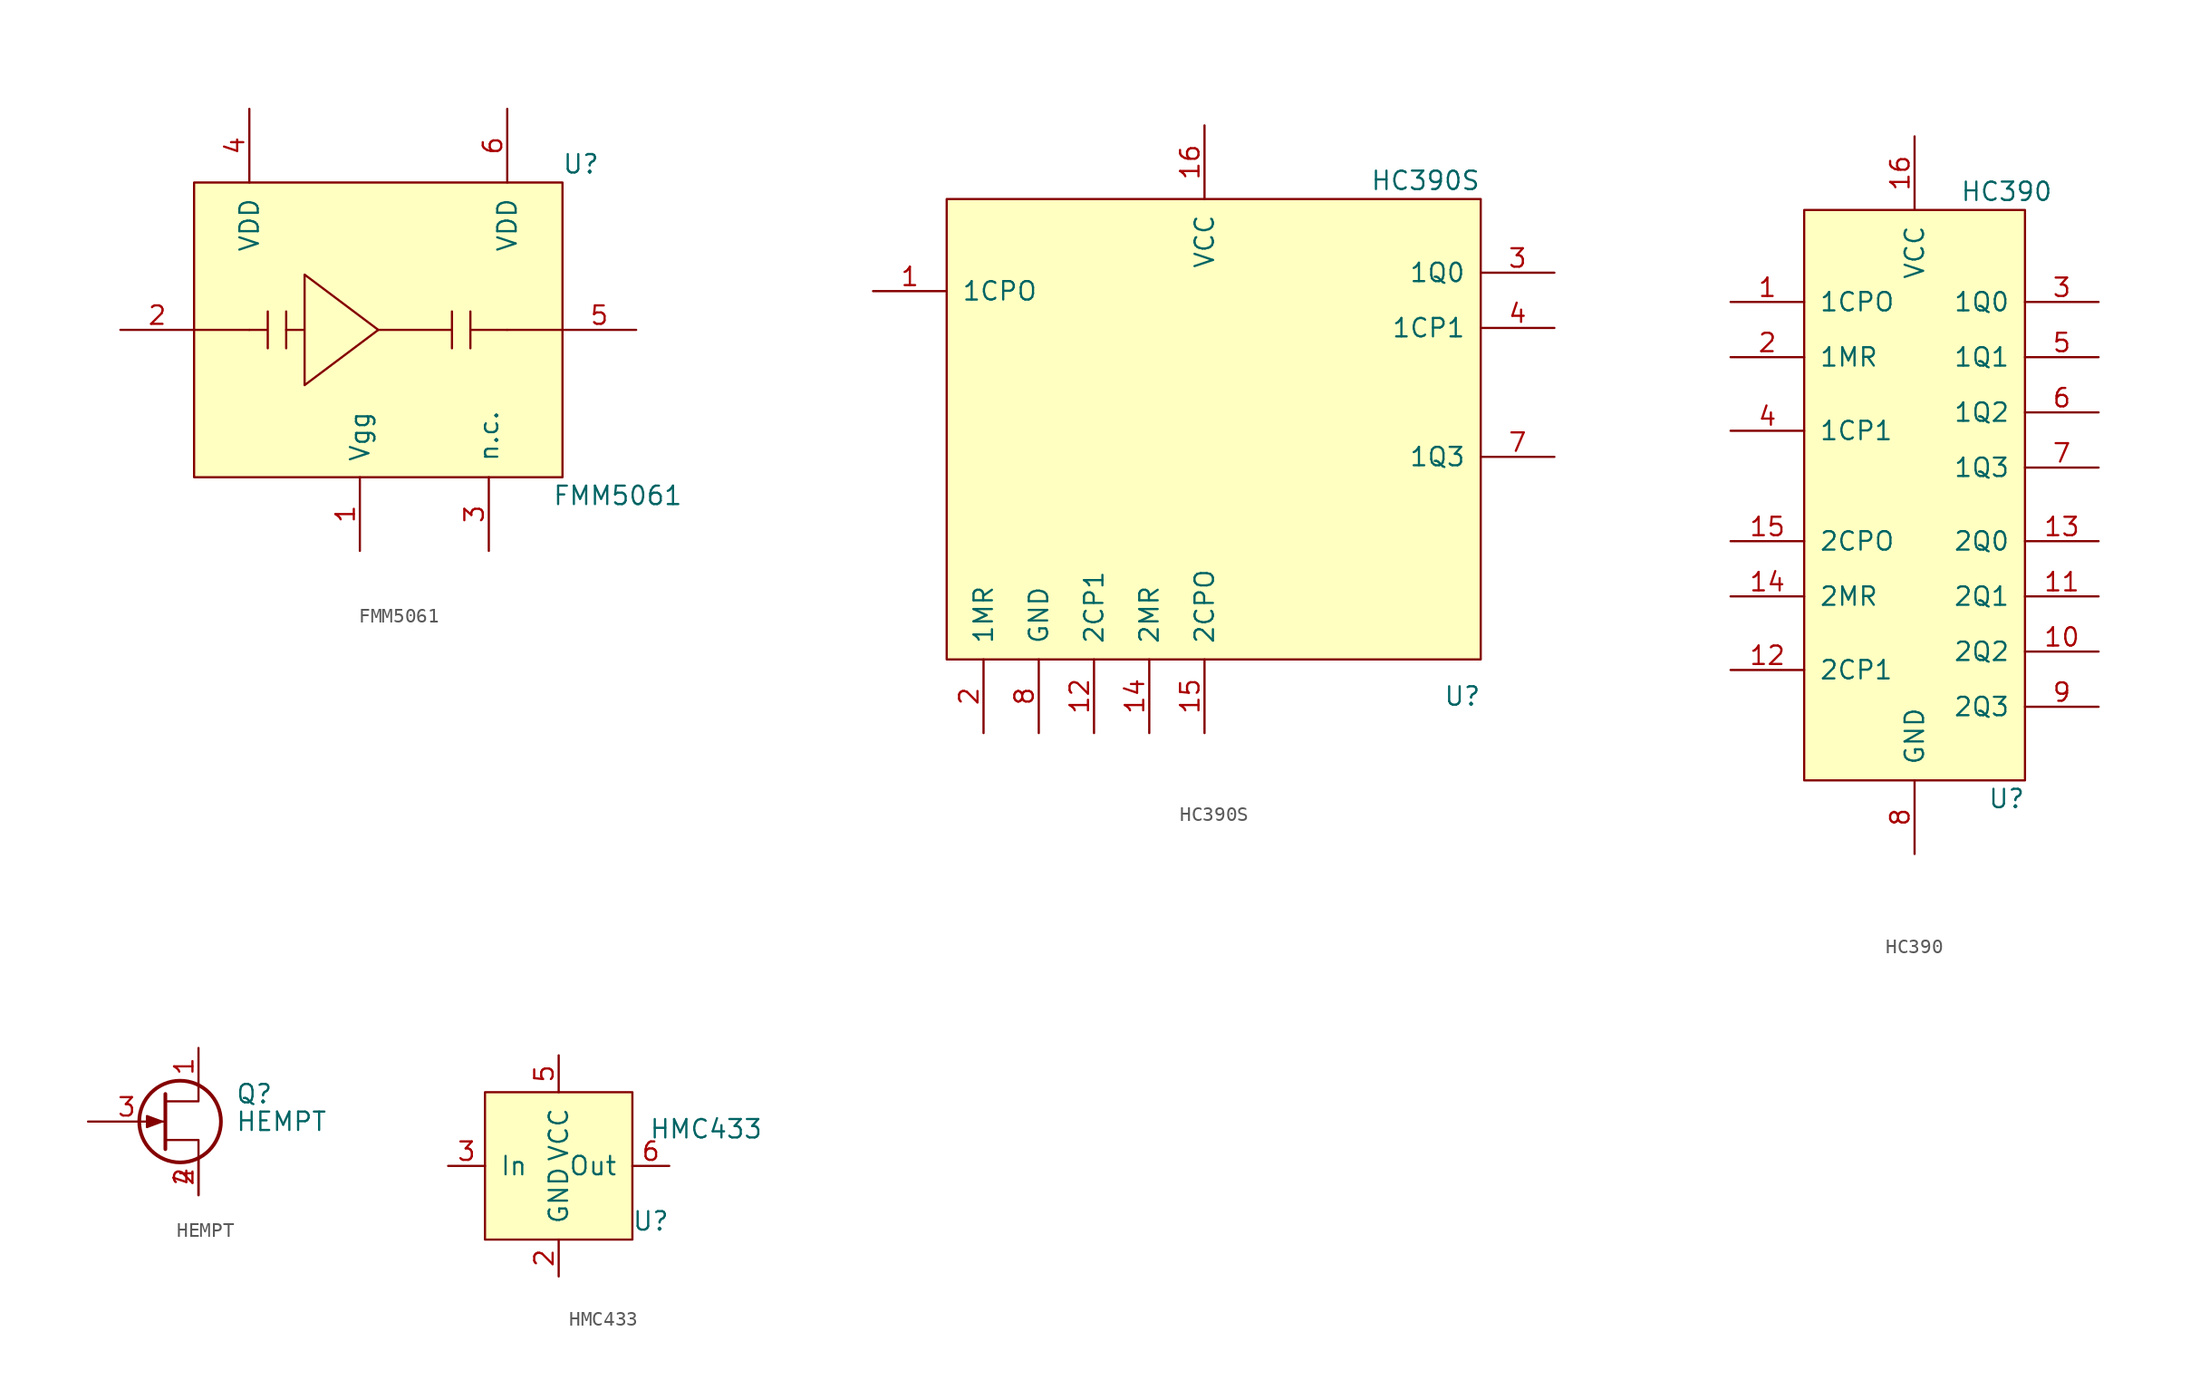
<source format=kicad_sym>
(kicad_symbol_lib
  (version 20211014)
  (generator kicad_symbol_editor)
  (symbol "FMM5061"
    (pin_names
      (offset 1.016))
    (property "Reference" "U"
      (at 13.97 11.43 0)
      (effects (font (size 1.27 1.27))))
    (property "Value" "FMM5061"
      (at 16.51 -11.43 0)
      (effects (font (size 1.27 1.27))))
    (symbol "FMM5061_0_1"
      (rectangle (start -12.7 10.16) (end 12.7 -10.16) (stroke (width 0) (type default) (color 0 0 0 0)) (fill (type background)))
      (polyline (pts (xy -8.89 0) (xy -12.7 0)) (stroke (width 0) (type default) (color 0 0 0 0)) (fill (type none)))
      (polyline (pts (xy -6.35 1.27) (xy -6.35 -1.27)) (stroke (width 0) (type default) (color 0 0 0 0)) (fill (type none)))
      (polyline (pts (xy 8.89 0) (xy 12.7 0)) (stroke (width 0) (type default) (color 0 0 0 0)) (fill (type none)))
      (polyline (pts (xy -8.89 0) (xy -7.62 0) (xy -7.62 1.27) (xy -7.62 -1.27)) (stroke (width 0) (type default) (color 0 0 0 0)) (fill (type none)))
      (polyline (pts (xy 0 0) (xy 5.08 0) (xy 5.08 1.27) (xy 5.08 -1.27)) (stroke (width 0) (type default) (color 0 0 0 0)) (fill (type none)))
      (polyline (pts (xy 6.35 1.27) (xy 6.35 -1.27) (xy 6.35 0) (xy 8.89 0)) (stroke (width 0) (type default) (color 0 0 0 0)) (fill (type none)))
      (polyline (pts (xy -6.35 0) (xy -5.08 0) (xy -5.08 3.81) (xy 0 0) (xy -5.08 -3.81) (xy -5.08 0)) (stroke (width 0) (type default) (color 0 0 0 0)) (fill (type none))))
    (symbol "FMM5061_1_1"
      (pin input line (at -1.27 -15.24 90) (length 5.08) (name "Vgg" (effects (font (size 1.27 1.27)))) (number "1" (effects (font (size 1.27 1.27)))))
      (pin input line (at -17.78 0 0) (length 5.08) (name "~" (effects (font (size 1.27 1.27)))) (number "2" (effects (font (size 1.27 1.27)))))
      (pin input line (at 7.62 -15.24 90) (length 5.08) (name "n.c." (effects (font (size 1.27 1.27)))) (number "3" (effects (font (size 1.27 1.27)))))
      (pin input line (at -8.89 15.24 270) (length 5.08) (name "VDD" (effects (font (size 1.27 1.27)))) (number "4" (effects (font (size 1.27 1.27)))))
      (pin input line (at 17.78 0 180) (length 5.08) (name "~" (effects (font (size 1.27 1.27)))) (number "5" (effects (font (size 1.27 1.27)))))
      (pin input line (at 8.89 15.24 270) (length 5.08) (name "VDD" (effects (font (size 1.27 1.27)))) (number "6" (effects (font (size 1.27 1.27)))))))
  (symbol "HC390S"
    (pin_names
      (offset 1.016))
    (property "Reference" "U"
      (at 17.78 -20.32 0)
      (effects (font (size 1.27 1.27))))
    (property "Value" "HC390S"
      (at 15.24 15.24 0)
      (effects (font (size 1.27 1.27))))
    (symbol "HC390S_0_1"
      (rectangle (start -17.78 13.97) (end 19.05 -17.78) (stroke (width 0) (type default) (color 0 0 0 0)) (fill (type background))))
    (symbol "HC390S_1_1"
      (pin input line (at -22.86 7.62 0) (length 5.08) (name "1CPO" (effects (font (size 1.27 1.27)))) (number "1" (effects (font (size 1.27 1.27)))))
      (pin input line (at 7.62 -17.78 90) (length 0) hide (name "2Q2" (effects (font (size 1.27 1.27)))) (number "10" (effects (font (size 1.27 1.27)))))
      (pin input line (at 11.43 -17.78 90) (length 0) hide (name "2Q1" (effects (font (size 1.27 1.27)))) (number "11" (effects (font (size 1.27 1.27)))))
      (pin input line (at -7.62 -22.86 90) (length 5.08) (name "2CP1" (effects (font (size 1.27 1.27)))) (number "12" (effects (font (size 1.27 1.27)))))
      (pin input line (at 19.05 -13.97 180) (length 0) hide (name "2Q0" (effects (font (size 1.27 1.27)))) (number "13" (effects (font (size 1.27 1.27)))))
      (pin input line (at -3.81 -22.86 90) (length 5.08) (name "2MR" (effects (font (size 1.27 1.27)))) (number "14" (effects (font (size 1.27 1.27)))))
      (pin input line (at 0 -22.86 90) (length 5.08) (name "2CPO" (effects (font (size 1.27 1.27)))) (number "15" (effects (font (size 1.27 1.27)))))
      (pin power_in line (at 0 19.05 270) (length 5.08) (name "VCC" (effects (font (size 1.27 1.27)))) (number "16" (effects (font (size 1.27 1.27)))))
      (pin input line (at -15.24 -22.86 90) (length 5.08) (name "1MR" (effects (font (size 1.27 1.27)))) (number "2" (effects (font (size 1.27 1.27)))))
      (pin input line (at 24.13 8.89 180) (length 5.08) (name "1Q0" (effects (font (size 1.27 1.27)))) (number "3" (effects (font (size 1.27 1.27)))))
      (pin input line (at 24.13 5.08 180) (length 5.08) (name "1CP1" (effects (font (size 1.27 1.27)))) (number "4" (effects (font (size 1.27 1.27)))))
      (pin input line (at 19.05 -10.16 180) (length 0) hide (name "1Q1" (effects (font (size 1.27 1.27)))) (number "5" (effects (font (size 1.27 1.27)))))
      (pin input line (at 15.24 -17.78 90) (length 0) hide (name "1Q2" (effects (font (size 1.27 1.27)))) (number "6" (effects (font (size 1.27 1.27)))))
      (pin input line (at 24.13 -3.81 180) (length 5.08) (name "1Q3" (effects (font (size 1.27 1.27)))) (number "7" (effects (font (size 1.27 1.27)))))
      (pin power_in line (at -11.43 -22.86 90) (length 5.08) (name "GND" (effects (font (size 1.27 1.27)))) (number "8" (effects (font (size 1.27 1.27)))))
      (pin input line (at 3.81 -17.78 90) (length 0) hide (name "2Q3" (effects (font (size 1.27 1.27)))) (number "9" (effects (font (size 1.27 1.27)))))))
  (symbol "HC390"
    (pin_names
      (offset 1.016))
    (property "Reference" "U"
      (at 6.35 -20.32 0)
      (effects (font (size 1.27 1.27))))
    (property "Value" "HC390"
      (at 6.35 21.59 0)
      (effects (font (size 1.27 1.27))))
    (symbol "HC390_0_1"
      (rectangle (start -7.62 20.32) (end 7.62 -19.05) (stroke (width 0) (type default) (color 0 0 0 0)) (fill (type background))))
    (symbol "HC390_1_1"
      (pin input line (at -12.7 13.97 0) (length 5.08) (name "1CPO" (effects (font (size 1.27 1.27)))) (number "1" (effects (font (size 1.27 1.27)))))
      (pin input line (at 12.7 -10.16 180) (length 5.08) (name "2Q2" (effects (font (size 1.27 1.27)))) (number "10" (effects (font (size 1.27 1.27)))))
      (pin input line (at 12.7 -6.35 180) (length 5.08) (name "2Q1" (effects (font (size 1.27 1.27)))) (number "11" (effects (font (size 1.27 1.27)))))
      (pin input line (at -12.7 -11.43 0) (length 5.08) (name "2CP1" (effects (font (size 1.27 1.27)))) (number "12" (effects (font (size 1.27 1.27)))))
      (pin input line (at 12.7 -2.54 180) (length 5.08) (name "2Q0" (effects (font (size 1.27 1.27)))) (number "13" (effects (font (size 1.27 1.27)))))
      (pin input line (at -12.7 -6.35 0) (length 5.08) (name "2MR" (effects (font (size 1.27 1.27)))) (number "14" (effects (font (size 1.27 1.27)))))
      (pin input line (at -12.7 -2.54 0) (length 5.08) (name "2CPO" (effects (font (size 1.27 1.27)))) (number "15" (effects (font (size 1.27 1.27)))))
      (pin power_in line (at 0 25.4 270) (length 5.08) (name "VCC" (effects (font (size 1.27 1.27)))) (number "16" (effects (font (size 1.27 1.27)))))
      (pin input line (at -12.7 10.16 0) (length 5.08) (name "1MR" (effects (font (size 1.27 1.27)))) (number "2" (effects (font (size 1.27 1.27)))))
      (pin input line (at 12.7 13.97 180) (length 5.08) (name "1Q0" (effects (font (size 1.27 1.27)))) (number "3" (effects (font (size 1.27 1.27)))))
      (pin input line (at -12.7 5.08 0) (length 5.08) (name "1CP1" (effects (font (size 1.27 1.27)))) (number "4" (effects (font (size 1.27 1.27)))))
      (pin input line (at 12.7 10.16 180) (length 5.08) (name "1Q1" (effects (font (size 1.27 1.27)))) (number "5" (effects (font (size 1.27 1.27)))))
      (pin input line (at 12.7 6.35 180) (length 5.08) (name "1Q2" (effects (font (size 1.27 1.27)))) (number "6" (effects (font (size 1.27 1.27)))))
      (pin input line (at 12.7 2.54 180) (length 5.08) (name "1Q3" (effects (font (size 1.27 1.27)))) (number "7" (effects (font (size 1.27 1.27)))))
      (pin power_in line (at 0 -24.13 90) (length 5.08) (name "GND" (effects (font (size 1.27 1.27)))) (number "8" (effects (font (size 1.27 1.27)))))
      (pin input line (at 12.7 -13.97 180) (length 5.08) (name "2Q3" (effects (font (size 1.27 1.27)))) (number "9" (effects (font (size 1.27 1.27)))))))
  (symbol "HEMPT"
    (pin_names
      (offset 0) hide)
    (property "Reference" "Q"
      (at 5.08 1.905 0)
      (effects (font (size 1.27 1.27)) (justify left)))
    (property "Value" "HEMPT"
      (at 5.08 0 0)
      (effects (font (size 1.27 1.27)) (justify left)))
    (symbol "HEMPT_0_1"
      (polyline (pts (xy 0.254 1.905) (xy 0.254 -1.905) (xy 0.254 -1.905)) (stroke (width 0.254) (type default) (color 0 0 0 0)) (fill (type none)))
      (polyline (pts (xy 2.54 -2.54) (xy 2.54 -1.27) (xy 0.254 -1.27)) (stroke (width 0) (type default) (color 0 0 0 0)) (fill (type none)))
      (polyline (pts (xy 2.54 2.54) (xy 2.54 1.397) (xy 0.254 1.397)) (stroke (width 0) (type default) (color 0 0 0 0)) (fill (type none)))
      (polyline (pts (xy 0 0) (xy -1.016 0.381) (xy -1.016 -0.381) (xy 0 0)) (stroke (width 0) (type default) (color 0 0 0 0)) (fill (type outline)))
      (circle (center 1.27 0) (radius 2.819) (stroke (width 0.254) (type default) (color 0 0 0 0)) (fill (type none))))
    (symbol "HEMPT_1_1"
      (pin passive line (at 2.54 5.08 270) (length 2.54) (name "D" (effects (font (size 1.27 1.27)))) (number "1" (effects (font (size 1.27 1.27)))))
      (pin passive line (at 2.54 -5.08 90) (length 2.54) (name "S" (effects (font (size 1.27 1.27)))) (number "2" (effects (font (size 1.27 1.27)))))
      (pin input line (at -5.08 0 0) (length 5.334) (name "G" (effects (font (size 1.27 1.27)))) (number "3" (effects (font (size 1.27 1.27)))))
      (pin passive line (at 2.54 -5.08 90) (length 2.54) (name "S" (effects (font (size 1.27 1.27)))) (number "4" (effects (font (size 1.27 1.27)))))))
  (symbol "HMC433"
    (pin_names
      (offset 1.016))
    (property "Reference" "U"
      (at 6.35 -3.81 0)
      (effects (font (size 1.27 1.27))))
    (property "Value" "HMC433"
      (at 10.16 2.54 0)
      (effects (font (size 1.27 1.27))))
    (symbol "HMC433_0_1"
      (rectangle (start -5.08 -5.08) (end 5.08 5.08) (stroke (width 0) (type default) (color 0 0 0 0)) (fill (type background))))
    (symbol "HMC433_1_1"
      (pin no_connect line (at 0 -7.62 90) (length 2.54) hide (name "n.c." (effects (font (size 1.27 1.27)))) (number "1" (effects (font (size 1.27 1.27)))))
      (pin power_in line (at 0 -7.62 90) (length 2.54) (name "GND" (effects (font (size 1.27 1.27)))) (number "2" (effects (font (size 1.27 1.27)))))
      (pin input line (at -7.62 0 0) (length 2.54) (name "In" (effects (font (size 1.27 1.27)))) (number "3" (effects (font (size 1.27 1.27)))))
      (pin no_connect line (at 0 -7.62 90) (length 2.54) hide (name "n.c." (effects (font (size 1.27 1.27)))) (number "4" (effects (font (size 1.27 1.27)))))
      (pin power_in line (at 0 7.62 270) (length 2.54) (name "VCC" (effects (font (size 1.27 1.27)))) (number "5" (effects (font (size 1.27 1.27)))))
      (pin output line (at 7.62 0 180) (length 2.54) (name "Out" (effects (font (size 1.27 1.27)))) (number "6" (effects (font (size 1.27 1.27))))))))
</source>
